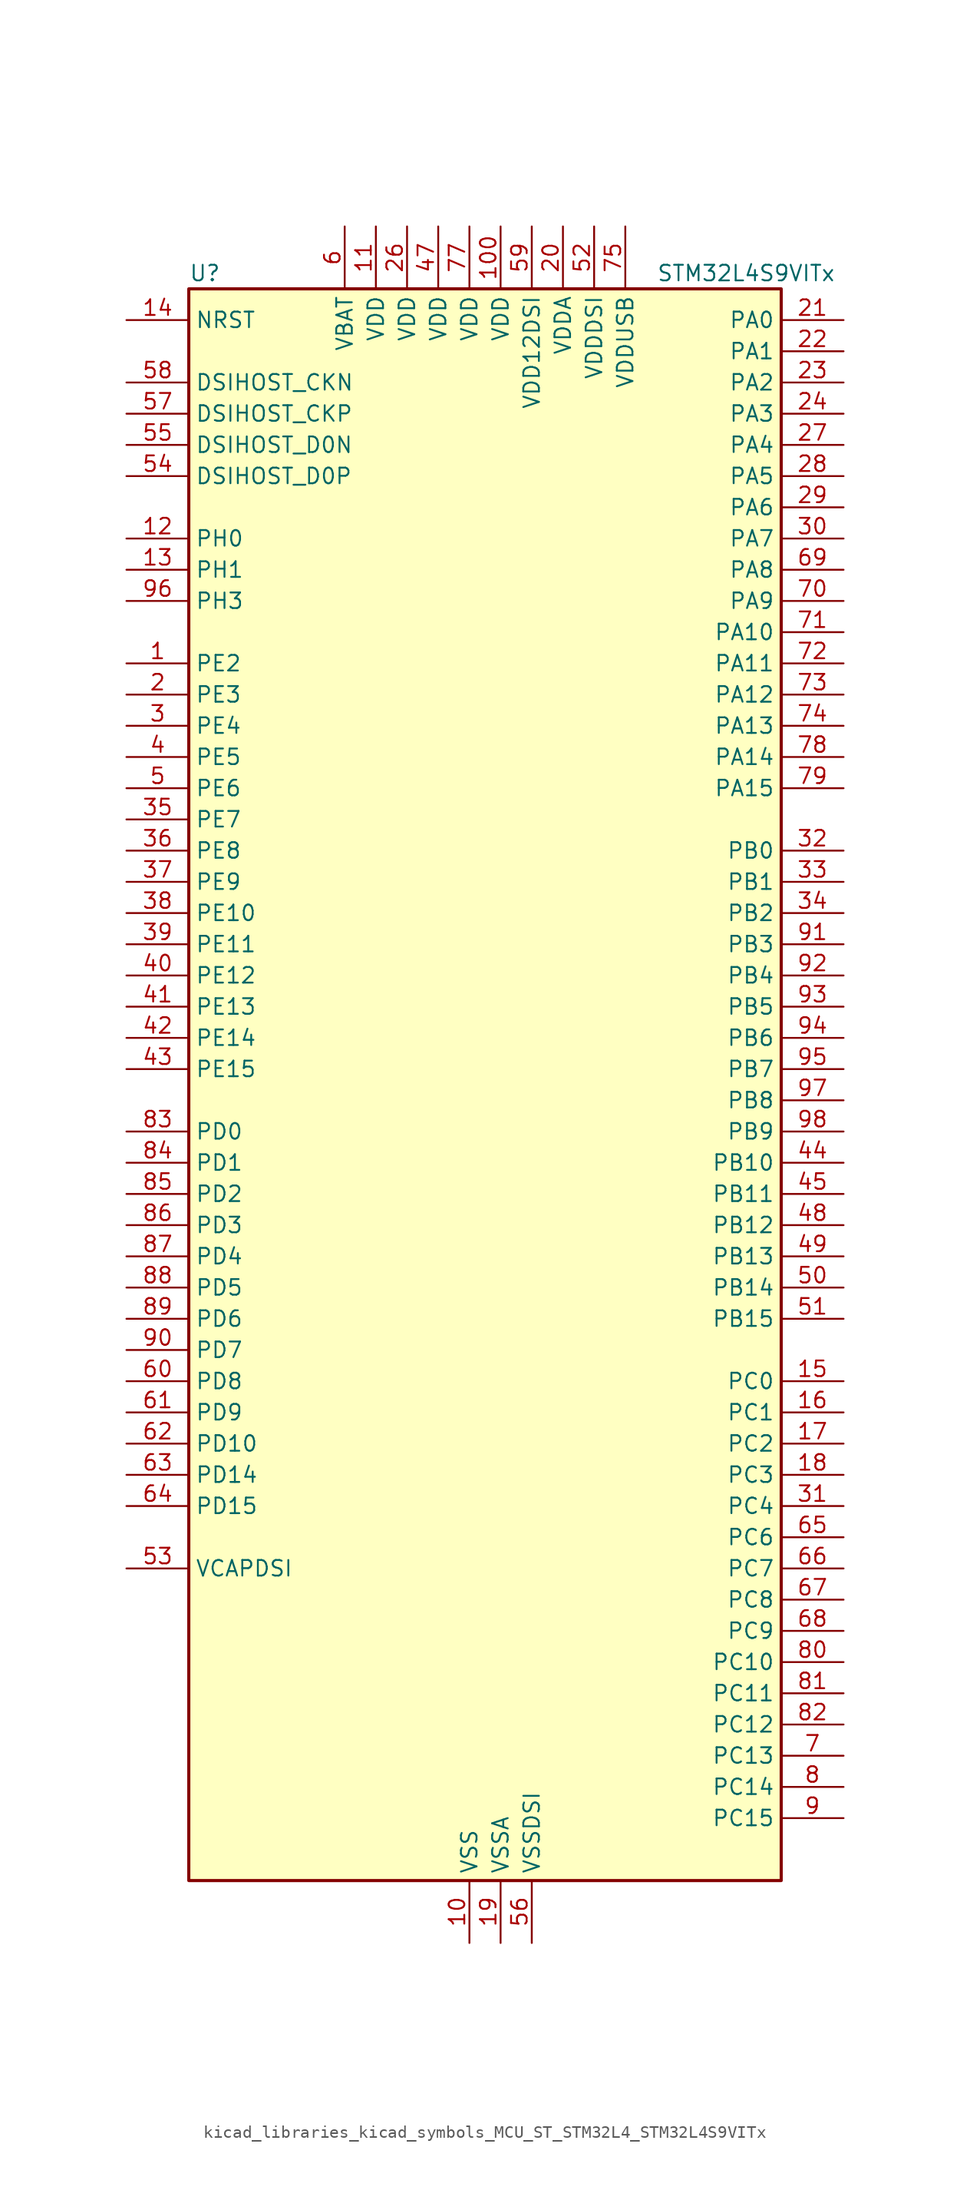
<source format=kicad_sym>
(kicad_symbol_lib
  (version 20220914)
  (generator kicad_symbol_editor)
  (symbol "kicad_libraries_kicad_symbols_MCU_ST_STM32L4_STM32L4S9VITx"
    (property "Reference" "U"
      (at -22.86 67.31 0)
      (effects (font (size 1.27 1.27)) (justify left)))
    (property "Value" "STM32L4S9VITx"
      (at 15.24 67.31 0)
      (effects (font (size 1.27 1.27)) (justify left)))
    (property "ki_locked" ""
      (at 0 0 0)
      (effects (font (size 1.27 1.27))))
    (symbol "kicad_libraries_kicad_symbols_MCU_ST_STM32L4_STM32L4S9VITx_0_1"
      (rectangle (start -22.86 -63.5) (end 25.4 66.04) (stroke (width 0.254) (type default)) (fill (type background))))
    (symbol "kicad_libraries_kicad_symbols_MCU_ST_STM32L4_STM32L4S9VITx_1_1"
      (pin bidirectional line (at -27.94 35.56 0) (length 5.08) (name "PE2" (effects (font (size 1.27 1.27)))) (number "1" (effects (font (size 1.27 1.27)))) (alternate "FMC_A23" bidirectional line) (alternate "LTDC_R0" bidirectional line) (alternate "SAI1_CK1" bidirectional line) (alternate "SAI1_MCLK_A" bidirectional line) (alternate "SYS_TRACECLK" bidirectional line) (alternate "TIM3_ETR" bidirectional line) (alternate "TSC_G7_IO1" bidirectional line))
      (pin power_in line (at 0 -68.58 90) (length 5.08) (name "VSS" (effects (font (size 1.27 1.27)))) (number "10" (effects (font (size 1.27 1.27)))))
      (pin power_in line (at 2.54 71.12 270) (length 5.08) (name "VDD" (effects (font (size 1.27 1.27)))) (number "100" (effects (font (size 1.27 1.27)))))
      (pin power_in line (at -7.62 71.12 270) (length 5.08) (name "VDD" (effects (font (size 1.27 1.27)))) (number "11" (effects (font (size 1.27 1.27)))))
      (pin bidirectional line (at -27.94 45.72 0) (length 5.08) (name "PH0" (effects (font (size 1.27 1.27)))) (number "12" (effects (font (size 1.27 1.27)))) (alternate "RCC_OSC_IN" bidirectional line))
      (pin bidirectional line (at -27.94 43.18 0) (length 5.08) (name "PH1" (effects (font (size 1.27 1.27)))) (number "13" (effects (font (size 1.27 1.27)))) (alternate "RCC_OSC_OUT" bidirectional line))
      (pin input line (at -27.94 63.5 0) (length 5.08) (name "NRST" (effects (font (size 1.27 1.27)))) (number "14" (effects (font (size 1.27 1.27)))))
      (pin bidirectional line (at 30.48 -22.86 180) (length 5.08) (name "PC0" (effects (font (size 1.27 1.27)))) (number "15" (effects (font (size 1.27 1.27)))) (alternate "ADC1_IN1" bidirectional line) (alternate "DFSDM1_DATIN4" bidirectional line) (alternate "I2C3_SCL" bidirectional line) (alternate "LPTIM1_IN1" bidirectional line) (alternate "LPTIM2_IN1" bidirectional line) (alternate "LPUART1_RX" bidirectional line) (alternate "SAI2_FS_A" bidirectional line))
      (pin bidirectional line (at 30.48 -25.4 180) (length 5.08) (name "PC1" (effects (font (size 1.27 1.27)))) (number "16" (effects (font (size 1.27 1.27)))) (alternate "ADC1_IN2" bidirectional line) (alternate "DFSDM1_CKIN4" bidirectional line) (alternate "I2C3_SDA" bidirectional line) (alternate "LPTIM1_OUT" bidirectional line) (alternate "LPUART1_TX" bidirectional line) (alternate "OCTOSPIM_P1_IO4" bidirectional line) (alternate "SAI1_SD_A" bidirectional line) (alternate "SPI2_MOSI" bidirectional line) (alternate "SYS_TRACED0" bidirectional line))
      (pin bidirectional line (at 30.48 -27.94 180) (length 5.08) (name "PC2" (effects (font (size 1.27 1.27)))) (number "17" (effects (font (size 1.27 1.27)))) (alternate "ADC1_IN3" bidirectional line) (alternate "DFSDM1_CKOUT" bidirectional line) (alternate "LPTIM1_IN2" bidirectional line) (alternate "OCTOSPIM_P1_IO5" bidirectional line) (alternate "SPI2_MISO" bidirectional line))
      (pin bidirectional line (at 30.48 -30.48 180) (length 5.08) (name "PC3" (effects (font (size 1.27 1.27)))) (number "18" (effects (font (size 1.27 1.27)))) (alternate "ADC1_IN4" bidirectional line) (alternate "LPTIM1_ETR" bidirectional line) (alternate "LPTIM2_ETR" bidirectional line) (alternate "OCTOSPIM_P1_IO6" bidirectional line) (alternate "SAI1_D1" bidirectional line) (alternate "SAI1_SD_A" bidirectional line) (alternate "SPI2_MOSI" bidirectional line))
      (pin power_in line (at 2.54 -68.58 90) (length 5.08) (name "VSSA" (effects (font (size 1.27 1.27)))) (number "19" (effects (font (size 1.27 1.27)))))
      (pin bidirectional line (at -27.94 33.02 0) (length 5.08) (name "PE3" (effects (font (size 1.27 1.27)))) (number "2" (effects (font (size 1.27 1.27)))) (alternate "FMC_A19" bidirectional line) (alternate "LTDC_R1" bidirectional line) (alternate "OCTOSPIM_P1_DQS" bidirectional line) (alternate "SAI1_SD_B" bidirectional line) (alternate "SYS_TRACED0" bidirectional line) (alternate "TIM3_CH1" bidirectional line) (alternate "TSC_G7_IO2" bidirectional line))
      (pin power_in line (at 7.62 71.12 270) (length 5.08) (name "VDDA" (effects (font (size 1.27 1.27)))) (number "20" (effects (font (size 1.27 1.27)))))
      (pin bidirectional line (at 30.48 63.5 180) (length 5.08) (name "PA0" (effects (font (size 1.27 1.27)))) (number "21" (effects (font (size 1.27 1.27)))) (alternate "ADC1_IN5" bidirectional line) (alternate "OPAMP1_VINP" bidirectional line) (alternate "RTC_TAMP2" bidirectional line) (alternate "SAI1_EXTCLK" bidirectional line) (alternate "SYS_WKUP1" bidirectional line) (alternate "TIM2_CH1" bidirectional line) (alternate "TIM2_ETR" bidirectional line) (alternate "TIM5_CH1" bidirectional line) (alternate "TIM8_ETR" bidirectional line) (alternate "UART4_TX" bidirectional line) (alternate "USART2_CTS" bidirectional line) (alternate "USART2_NSS" bidirectional line))
      (pin bidirectional line (at 30.48 60.96 180) (length 5.08) (name "PA1" (effects (font (size 1.27 1.27)))) (number "22" (effects (font (size 1.27 1.27)))) (alternate "ADC1_IN6" bidirectional line) (alternate "I2C1_SMBA" bidirectional line) (alternate "OCTOSPIM_P1_DQS" bidirectional line) (alternate "OPAMP1_VINM" bidirectional line) (alternate "SPI1_SCK" bidirectional line) (alternate "TIM15_CH1N" bidirectional line) (alternate "TIM2_CH2" bidirectional line) (alternate "TIM5_CH2" bidirectional line) (alternate "UART4_RX" bidirectional line) (alternate "USART2_DE" bidirectional line) (alternate "USART2_RTS" bidirectional line))
      (pin bidirectional line (at 30.48 58.42 180) (length 5.08) (name "PA2" (effects (font (size 1.27 1.27)))) (number "23" (effects (font (size 1.27 1.27)))) (alternate "ADC1_IN7" bidirectional line) (alternate "LPUART1_TX" bidirectional line) (alternate "OCTOSPIM_P1_NCS" bidirectional line) (alternate "RCC_LSCO" bidirectional line) (alternate "SAI2_EXTCLK" bidirectional line) (alternate "SYS_WKUP4" bidirectional line) (alternate "TIM15_CH1" bidirectional line) (alternate "TIM2_CH3" bidirectional line) (alternate "TIM5_CH3" bidirectional line) (alternate "USART2_TX" bidirectional line))
      (pin bidirectional line (at 30.48 55.88 180) (length 5.08) (name "PA3" (effects (font (size 1.27 1.27)))) (number "24" (effects (font (size 1.27 1.27)))) (alternate "ADC1_IN8" bidirectional line) (alternate "LPUART1_RX" bidirectional line) (alternate "OCTOSPIM_P1_CLK" bidirectional line) (alternate "OPAMP1_VOUT" bidirectional line) (alternate "SAI1_CK1" bidirectional line) (alternate "SAI1_MCLK_A" bidirectional line) (alternate "TIM15_CH2" bidirectional line) (alternate "TIM2_CH4" bidirectional line) (alternate "TIM5_CH4" bidirectional line) (alternate "USART2_RX" bidirectional line))
      (pin passive line (at 0 -68.58 90) (length 5.08) hide (name "VSS" (effects (font (size 1.27 1.27)))) (number "25" (effects (font (size 1.27 1.27)))))
      (pin power_in line (at -5.08 71.12 270) (length 5.08) (name "VDD" (effects (font (size 1.27 1.27)))) (number "26" (effects (font (size 1.27 1.27)))))
      (pin bidirectional line (at 30.48 53.34 180) (length 5.08) (name "PA4" (effects (font (size 1.27 1.27)))) (number "27" (effects (font (size 1.27 1.27)))) (alternate "ADC1_IN9" bidirectional line) (alternate "DAC1_OUT1" bidirectional line) (alternate "DCMI_HSYNC" bidirectional line) (alternate "LPTIM2_OUT" bidirectional line) (alternate "OCTOSPIM_P1_NCS" bidirectional line) (alternate "SAI1_FS_B" bidirectional line) (alternate "SPI1_NSS" bidirectional line) (alternate "SPI3_NSS" bidirectional line) (alternate "USART2_CK" bidirectional line))
      (pin bidirectional line (at 30.48 50.8 180) (length 5.08) (name "PA5" (effects (font (size 1.27 1.27)))) (number "28" (effects (font (size 1.27 1.27)))) (alternate "ADC1_IN10" bidirectional line) (alternate "DAC1_OUT2" bidirectional line) (alternate "LPTIM2_ETR" bidirectional line) (alternate "SPI1_SCK" bidirectional line) (alternate "TIM2_CH1" bidirectional line) (alternate "TIM2_ETR" bidirectional line) (alternate "TIM8_CH1N" bidirectional line))
      (pin bidirectional line (at 30.48 48.26 180) (length 5.08) (name "PA6" (effects (font (size 1.27 1.27)))) (number "29" (effects (font (size 1.27 1.27)))) (alternate "ADC1_IN11" bidirectional line) (alternate "DCMI_PIXCLK" bidirectional line) (alternate "LPUART1_CTS" bidirectional line) (alternate "OCTOSPIM_P1_IO3" bidirectional line) (alternate "OPAMP2_VINP" bidirectional line) (alternate "SPI1_MISO" bidirectional line) (alternate "TIM16_CH1" bidirectional line) (alternate "TIM1_BKIN" bidirectional line) (alternate "TIM3_CH1" bidirectional line) (alternate "TIM8_BKIN" bidirectional line) (alternate "USART3_CTS" bidirectional line) (alternate "USART3_NSS" bidirectional line))
      (pin bidirectional line (at -27.94 30.48 0) (length 5.08) (name "PE4" (effects (font (size 1.27 1.27)))) (number "3" (effects (font (size 1.27 1.27)))) (alternate "DCMI_D4" bidirectional line) (alternate "DFSDM1_DATIN3" bidirectional line) (alternate "FMC_A20" bidirectional line) (alternate "LTDC_B0" bidirectional line) (alternate "SAI1_D2" bidirectional line) (alternate "SAI1_FS_A" bidirectional line) (alternate "SYS_TRACED1" bidirectional line) (alternate "TIM3_CH2" bidirectional line) (alternate "TSC_G7_IO3" bidirectional line))
      (pin bidirectional line (at 30.48 45.72 180) (length 5.08) (name "PA7" (effects (font (size 1.27 1.27)))) (number "30" (effects (font (size 1.27 1.27)))) (alternate "ADC1_IN12" bidirectional line) (alternate "I2C3_SCL" bidirectional line) (alternate "OCTOSPIM_P1_IO2" bidirectional line) (alternate "OPAMP2_VINM" bidirectional line) (alternate "SPI1_MOSI" bidirectional line) (alternate "TIM17_CH1" bidirectional line) (alternate "TIM1_CH1N" bidirectional line) (alternate "TIM3_CH2" bidirectional line) (alternate "TIM8_CH1N" bidirectional line))
      (pin bidirectional line (at 30.48 -33.02 180) (length 5.08) (name "PC4" (effects (font (size 1.27 1.27)))) (number "31" (effects (font (size 1.27 1.27)))) (alternate "ADC1_IN13" bidirectional line) (alternate "COMP1_INM" bidirectional line) (alternate "OCTOSPIM_P1_IO7" bidirectional line) (alternate "USART3_TX" bidirectional line))
      (pin bidirectional line (at 30.48 20.32 180) (length 5.08) (name "PB0" (effects (font (size 1.27 1.27)))) (number "32" (effects (font (size 1.27 1.27)))) (alternate "ADC1_IN15" bidirectional line) (alternate "COMP1_OUT" bidirectional line) (alternate "OCTOSPIM_P1_IO1" bidirectional line) (alternate "OPAMP2_VOUT" bidirectional line) (alternate "SAI1_EXTCLK" bidirectional line) (alternate "SPI1_NSS" bidirectional line) (alternate "TIM1_CH2N" bidirectional line) (alternate "TIM3_CH3" bidirectional line) (alternate "TIM8_CH2N" bidirectional line) (alternate "USART3_CK" bidirectional line))
      (pin bidirectional line (at 30.48 17.78 180) (length 5.08) (name "PB1" (effects (font (size 1.27 1.27)))) (number "33" (effects (font (size 1.27 1.27)))) (alternate "ADC1_IN16" bidirectional line) (alternate "COMP1_INM" bidirectional line) (alternate "DFSDM1_DATIN0" bidirectional line) (alternate "LPTIM2_IN1" bidirectional line) (alternate "LPUART1_DE" bidirectional line) (alternate "LPUART1_RTS" bidirectional line) (alternate "OCTOSPIM_P1_IO0" bidirectional line) (alternate "TIM1_CH3N" bidirectional line) (alternate "TIM3_CH4" bidirectional line) (alternate "TIM8_CH3N" bidirectional line) (alternate "USART3_DE" bidirectional line) (alternate "USART3_RTS" bidirectional line))
      (pin bidirectional line (at 30.48 15.24 180) (length 5.08) (name "PB2" (effects (font (size 1.27 1.27)))) (number "34" (effects (font (size 1.27 1.27)))) (alternate "COMP1_INP" bidirectional line) (alternate "DFSDM1_CKIN0" bidirectional line) (alternate "I2C3_SMBA" bidirectional line) (alternate "LPTIM1_OUT" bidirectional line) (alternate "LTDC_B1" bidirectional line) (alternate "OCTOSPIM_P1_DQS" bidirectional line) (alternate "RTC_OUT_ALARM" bidirectional line) (alternate "RTC_OUT_CALIB" bidirectional line))
      (pin bidirectional line (at -27.94 22.86 0) (length 5.08) (name "PE7" (effects (font (size 1.27 1.27)))) (number "35" (effects (font (size 1.27 1.27)))) (alternate "DFSDM1_DATIN2" bidirectional line) (alternate "FMC_D4" bidirectional line) (alternate "FMC_DA4" bidirectional line) (alternate "LTDC_B6" bidirectional line) (alternate "SAI1_SD_B" bidirectional line) (alternate "TIM1_ETR" bidirectional line))
      (pin bidirectional line (at -27.94 20.32 0) (length 5.08) (name "PE8" (effects (font (size 1.27 1.27)))) (number "36" (effects (font (size 1.27 1.27)))) (alternate "DFSDM1_CKIN2" bidirectional line) (alternate "FMC_D5" bidirectional line) (alternate "FMC_DA5" bidirectional line) (alternate "LTDC_B7" bidirectional line) (alternate "SAI1_SCK_B" bidirectional line) (alternate "TIM1_CH1N" bidirectional line))
      (pin bidirectional line (at -27.94 17.78 0) (length 5.08) (name "PE9" (effects (font (size 1.27 1.27)))) (number "37" (effects (font (size 1.27 1.27)))) (alternate "DAC1_EXTI9" bidirectional line) (alternate "DFSDM1_CKOUT" bidirectional line) (alternate "FMC_D6" bidirectional line) (alternate "FMC_DA6" bidirectional line) (alternate "LTDC_G2" bidirectional line) (alternate "SAI1_FS_B" bidirectional line) (alternate "TIM1_CH1" bidirectional line))
      (pin bidirectional line (at -27.94 15.24 0) (length 5.08) (name "PE10" (effects (font (size 1.27 1.27)))) (number "38" (effects (font (size 1.27 1.27)))) (alternate "DFSDM1_DATIN4" bidirectional line) (alternate "FMC_D7" bidirectional line) (alternate "FMC_DA7" bidirectional line) (alternate "LTDC_G3" bidirectional line) (alternate "OCTOSPIM_P1_CLK" bidirectional line) (alternate "SAI1_MCLK_B" bidirectional line) (alternate "TIM1_CH2N" bidirectional line) (alternate "TSC_G5_IO1" bidirectional line))
      (pin bidirectional line (at -27.94 12.7 0) (length 5.08) (name "PE11" (effects (font (size 1.27 1.27)))) (number "39" (effects (font (size 1.27 1.27)))) (alternate "ADC1_EXTI11" bidirectional line) (alternate "DFSDM1_CKIN4" bidirectional line) (alternate "FMC_D8" bidirectional line) (alternate "FMC_DA8" bidirectional line) (alternate "LTDC_G4" bidirectional line) (alternate "OCTOSPIM_P1_NCS" bidirectional line) (alternate "TIM1_CH2" bidirectional line) (alternate "TSC_G5_IO2" bidirectional line))
      (pin bidirectional line (at -27.94 27.94 0) (length 5.08) (name "PE5" (effects (font (size 1.27 1.27)))) (number "4" (effects (font (size 1.27 1.27)))) (alternate "DCMI_D6" bidirectional line) (alternate "DFSDM1_CKIN3" bidirectional line) (alternate "FMC_A21" bidirectional line) (alternate "LTDC_G0" bidirectional line) (alternate "SAI1_CK2" bidirectional line) (alternate "SAI1_SCK_A" bidirectional line) (alternate "SYS_TRACED2" bidirectional line) (alternate "TIM3_CH3" bidirectional line) (alternate "TSC_G7_IO4" bidirectional line))
      (pin bidirectional line (at -27.94 10.16 0) (length 5.08) (name "PE12" (effects (font (size 1.27 1.27)))) (number "40" (effects (font (size 1.27 1.27)))) (alternate "DFSDM1_DATIN5" bidirectional line) (alternate "FMC_D9" bidirectional line) (alternate "FMC_DA9" bidirectional line) (alternate "LTDC_G5" bidirectional line) (alternate "OCTOSPIM_P1_IO0" bidirectional line) (alternate "SPI1_NSS" bidirectional line) (alternate "TIM1_CH3N" bidirectional line) (alternate "TSC_G5_IO3" bidirectional line))
      (pin bidirectional line (at -27.94 7.62 0) (length 5.08) (name "PE13" (effects (font (size 1.27 1.27)))) (number "41" (effects (font (size 1.27 1.27)))) (alternate "DFSDM1_CKIN5" bidirectional line) (alternate "FMC_D10" bidirectional line) (alternate "FMC_DA10" bidirectional line) (alternate "LTDC_G6" bidirectional line) (alternate "OCTOSPIM_P1_IO1" bidirectional line) (alternate "SPI1_SCK" bidirectional line) (alternate "TIM1_CH3" bidirectional line) (alternate "TSC_G5_IO4" bidirectional line))
      (pin bidirectional line (at -27.94 5.08 0) (length 5.08) (name "PE14" (effects (font (size 1.27 1.27)))) (number "42" (effects (font (size 1.27 1.27)))) (alternate "FMC_D11" bidirectional line) (alternate "FMC_DA11" bidirectional line) (alternate "LTDC_G7" bidirectional line) (alternate "OCTOSPIM_P1_IO2" bidirectional line) (alternate "SPI1_MISO" bidirectional line) (alternate "TIM1_BKIN2" bidirectional line) (alternate "TIM1_CH4" bidirectional line))
      (pin bidirectional line (at -27.94 2.54 0) (length 5.08) (name "PE15" (effects (font (size 1.27 1.27)))) (number "43" (effects (font (size 1.27 1.27)))) (alternate "ADC1_EXTI15" bidirectional line) (alternate "FMC_D12" bidirectional line) (alternate "FMC_DA12" bidirectional line) (alternate "LTDC_R2" bidirectional line) (alternate "OCTOSPIM_P1_IO3" bidirectional line) (alternate "SPI1_MOSI" bidirectional line) (alternate "TIM1_BKIN" bidirectional line))
      (pin bidirectional line (at 30.48 -5.08 180) (length 5.08) (name "PB10" (effects (font (size 1.27 1.27)))) (number "44" (effects (font (size 1.27 1.27)))) (alternate "COMP1_OUT" bidirectional line) (alternate "DFSDM1_DATIN7" bidirectional line) (alternate "I2C2_SCL" bidirectional line) (alternate "I2C4_SCL" bidirectional line) (alternate "LPUART1_RX" bidirectional line) (alternate "OCTOSPIM_P1_CLK" bidirectional line) (alternate "SAI1_SCK_A" bidirectional line) (alternate "SPI2_SCK" bidirectional line) (alternate "TIM2_CH3" bidirectional line) (alternate "TSC_SYNC" bidirectional line) (alternate "USART3_TX" bidirectional line))
      (pin bidirectional line (at 30.48 -7.62 180) (length 5.08) (name "PB11" (effects (font (size 1.27 1.27)))) (number "45" (effects (font (size 1.27 1.27)))) (alternate "ADC1_EXTI11" bidirectional line) (alternate "COMP2_OUT" bidirectional line) (alternate "DFSDM1_CKIN7" bidirectional line) (alternate "DSIHOST_TE" bidirectional line) (alternate "I2C2_SDA" bidirectional line) (alternate "I2C4_SDA" bidirectional line) (alternate "LPUART1_TX" bidirectional line) (alternate "OCTOSPIM_P1_NCS" bidirectional line) (alternate "TIM2_CH4" bidirectional line) (alternate "USART3_RX" bidirectional line))
      (pin passive line (at 0 -68.58 90) (length 5.08) hide (name "VSS" (effects (font (size 1.27 1.27)))) (number "46" (effects (font (size 1.27 1.27)))))
      (pin power_in line (at -2.54 71.12 270) (length 5.08) (name "VDD" (effects (font (size 1.27 1.27)))) (number "47" (effects (font (size 1.27 1.27)))))
      (pin bidirectional line (at 30.48 -10.16 180) (length 5.08) (name "PB12" (effects (font (size 1.27 1.27)))) (number "48" (effects (font (size 1.27 1.27)))) (alternate "DFSDM1_DATIN1" bidirectional line) (alternate "I2C2_SMBA" bidirectional line) (alternate "LPUART1_DE" bidirectional line) (alternate "LPUART1_RTS" bidirectional line) (alternate "SAI2_FS_A" bidirectional line) (alternate "SPI2_NSS" bidirectional line) (alternate "TIM15_BKIN" bidirectional line) (alternate "TIM1_BKIN" bidirectional line) (alternate "TSC_G1_IO1" bidirectional line) (alternate "USART3_CK" bidirectional line))
      (pin bidirectional line (at 30.48 -12.7 180) (length 5.08) (name "PB13" (effects (font (size 1.27 1.27)))) (number "49" (effects (font (size 1.27 1.27)))) (alternate "DFSDM1_CKIN1" bidirectional line) (alternate "I2C2_SCL" bidirectional line) (alternate "LPUART1_CTS" bidirectional line) (alternate "SAI2_SCK_A" bidirectional line) (alternate "SPI2_SCK" bidirectional line) (alternate "TIM15_CH1N" bidirectional line) (alternate "TIM1_CH1N" bidirectional line) (alternate "TSC_G1_IO2" bidirectional line) (alternate "USART3_CTS" bidirectional line) (alternate "USART3_NSS" bidirectional line))
      (pin bidirectional line (at -27.94 25.4 0) (length 5.08) (name "PE6" (effects (font (size 1.27 1.27)))) (number "5" (effects (font (size 1.27 1.27)))) (alternate "DCMI_D7" bidirectional line) (alternate "FMC_A22" bidirectional line) (alternate "LTDC_G1" bidirectional line) (alternate "RTC_TAMP3" bidirectional line) (alternate "SAI1_D1" bidirectional line) (alternate "SAI1_SD_A" bidirectional line) (alternate "SYS_TRACED3" bidirectional line) (alternate "SYS_WKUP3" bidirectional line) (alternate "TIM3_CH4" bidirectional line))
      (pin bidirectional line (at 30.48 -15.24 180) (length 5.08) (name "PB14" (effects (font (size 1.27 1.27)))) (number "50" (effects (font (size 1.27 1.27)))) (alternate "DFSDM1_DATIN2" bidirectional line) (alternate "I2C2_SDA" bidirectional line) (alternate "SAI2_MCLK_A" bidirectional line) (alternate "SPI2_MISO" bidirectional line) (alternate "TIM15_CH1" bidirectional line) (alternate "TIM1_CH2N" bidirectional line) (alternate "TIM8_CH2N" bidirectional line) (alternate "TSC_G1_IO3" bidirectional line) (alternate "USART3_DE" bidirectional line) (alternate "USART3_RTS" bidirectional line))
      (pin bidirectional line (at 30.48 -17.78 180) (length 5.08) (name "PB15" (effects (font (size 1.27 1.27)))) (number "51" (effects (font (size 1.27 1.27)))) (alternate "ADC1_EXTI15" bidirectional line) (alternate "DFSDM1_CKIN2" bidirectional line) (alternate "RTC_REFIN" bidirectional line) (alternate "SAI2_SD_A" bidirectional line) (alternate "SPI2_MOSI" bidirectional line) (alternate "TIM15_CH2" bidirectional line) (alternate "TIM1_CH3N" bidirectional line) (alternate "TIM8_CH3N" bidirectional line) (alternate "TSC_G1_IO4" bidirectional line))
      (pin power_in line (at 10.16 71.12 270) (length 5.08) (name "VDDDSI" (effects (font (size 1.27 1.27)))) (number "52" (effects (font (size 1.27 1.27)))))
      (pin power_out line (at -27.94 -38.1 0) (length 5.08) (name "VCAPDSI" (effects (font (size 1.27 1.27)))) (number "53" (effects (font (size 1.27 1.27)))))
      (pin bidirectional line (at -27.94 50.8 0) (length 5.08) (name "DSIHOST_D0P" (effects (font (size 1.27 1.27)))) (number "54" (effects (font (size 1.27 1.27)))) (alternate "DSIHOST_D0P" bidirectional line))
      (pin bidirectional line (at -27.94 53.34 0) (length 5.08) (name "DSIHOST_D0N" (effects (font (size 1.27 1.27)))) (number "55" (effects (font (size 1.27 1.27)))) (alternate "DSIHOST_D0N" bidirectional line))
      (pin power_in line (at 5.08 -68.58 90) (length 5.08) (name "VSSDSI" (effects (font (size 1.27 1.27)))) (number "56" (effects (font (size 1.27 1.27)))))
      (pin bidirectional line (at -27.94 55.88 0) (length 5.08) (name "DSIHOST_CKP" (effects (font (size 1.27 1.27)))) (number "57" (effects (font (size 1.27 1.27)))) (alternate "DSIHOST_CKP" bidirectional line))
      (pin bidirectional line (at -27.94 58.42 0) (length 5.08) (name "DSIHOST_CKN" (effects (font (size 1.27 1.27)))) (number "58" (effects (font (size 1.27 1.27)))) (alternate "DSIHOST_CKN" bidirectional line))
      (pin power_in line (at 5.08 71.12 270) (length 5.08) (name "VDD12DSI" (effects (font (size 1.27 1.27)))) (number "59" (effects (font (size 1.27 1.27)))))
      (pin power_in line (at -10.16 71.12 270) (length 5.08) (name "VBAT" (effects (font (size 1.27 1.27)))) (number "6" (effects (font (size 1.27 1.27)))))
      (pin bidirectional line (at -27.94 -22.86 0) (length 5.08) (name "PD8" (effects (font (size 1.27 1.27)))) (number "60" (effects (font (size 1.27 1.27)))) (alternate "DCMI_HSYNC" bidirectional line) (alternate "FMC_D13" bidirectional line) (alternate "FMC_DA13" bidirectional line) (alternate "LTDC_R3" bidirectional line) (alternate "USART3_TX" bidirectional line))
      (pin bidirectional line (at -27.94 -25.4 0) (length 5.08) (name "PD9" (effects (font (size 1.27 1.27)))) (number "61" (effects (font (size 1.27 1.27)))) (alternate "DAC1_EXTI9" bidirectional line) (alternate "DCMI_PIXCLK" bidirectional line) (alternate "FMC_D14" bidirectional line) (alternate "FMC_DA14" bidirectional line) (alternate "LTDC_R4" bidirectional line) (alternate "SAI2_MCLK_A" bidirectional line) (alternate "USART3_RX" bidirectional line))
      (pin bidirectional line (at -27.94 -27.94 0) (length 5.08) (name "PD10" (effects (font (size 1.27 1.27)))) (number "62" (effects (font (size 1.27 1.27)))) (alternate "FMC_D15" bidirectional line) (alternate "FMC_DA15" bidirectional line) (alternate "LTDC_R5" bidirectional line) (alternate "SAI2_SCK_A" bidirectional line) (alternate "TSC_G6_IO1" bidirectional line) (alternate "USART3_CK" bidirectional line))
      (pin bidirectional line (at -27.94 -30.48 0) (length 5.08) (name "PD14" (effects (font (size 1.27 1.27)))) (number "63" (effects (font (size 1.27 1.27)))) (alternate "FMC_D0" bidirectional line) (alternate "FMC_DA0" bidirectional line) (alternate "LTDC_B2" bidirectional line) (alternate "TIM4_CH3" bidirectional line))
      (pin bidirectional line (at -27.94 -33.02 0) (length 5.08) (name "PD15" (effects (font (size 1.27 1.27)))) (number "64" (effects (font (size 1.27 1.27)))) (alternate "ADC1_EXTI15" bidirectional line) (alternate "FMC_D1" bidirectional line) (alternate "FMC_DA1" bidirectional line) (alternate "LTDC_B3" bidirectional line) (alternate "TIM4_CH4" bidirectional line))
      (pin bidirectional line (at 30.48 -35.56 180) (length 5.08) (name "PC6" (effects (font (size 1.27 1.27)))) (number "65" (effects (font (size 1.27 1.27)))) (alternate "DCMI_D0" bidirectional line) (alternate "DFSDM1_CKIN3" bidirectional line) (alternate "LTDC_R0" bidirectional line) (alternate "SAI2_MCLK_A" bidirectional line) (alternate "SDMMC1_D0DIR" bidirectional line) (alternate "SDMMC1_D6" bidirectional line) (alternate "TIM3_CH1" bidirectional line) (alternate "TIM8_CH1" bidirectional line) (alternate "TSC_G4_IO1" bidirectional line))
      (pin bidirectional line (at 30.48 -38.1 180) (length 5.08) (name "PC7" (effects (font (size 1.27 1.27)))) (number "66" (effects (font (size 1.27 1.27)))) (alternate "DCMI_D1" bidirectional line) (alternate "DFSDM1_DATIN3" bidirectional line) (alternate "LTDC_R1" bidirectional line) (alternate "SAI2_MCLK_B" bidirectional line) (alternate "SDMMC1_D123DIR" bidirectional line) (alternate "SDMMC1_D7" bidirectional line) (alternate "TIM3_CH2" bidirectional line) (alternate "TIM8_CH2" bidirectional line) (alternate "TSC_G4_IO2" bidirectional line))
      (pin bidirectional line (at 30.48 -40.64 180) (length 5.08) (name "PC8" (effects (font (size 1.27 1.27)))) (number "67" (effects (font (size 1.27 1.27)))) (alternate "DCMI_D2" bidirectional line) (alternate "SDMMC1_D0" bidirectional line) (alternate "TIM3_CH3" bidirectional line) (alternate "TIM8_CH3" bidirectional line) (alternate "TSC_G4_IO3" bidirectional line))
      (pin bidirectional line (at 30.48 -43.18 180) (length 5.08) (name "PC9" (effects (font (size 1.27 1.27)))) (number "68" (effects (font (size 1.27 1.27)))) (alternate "DAC1_EXTI9" bidirectional line) (alternate "DCMI_D3" bidirectional line) (alternate "I2C3_SDA" bidirectional line) (alternate "SAI2_EXTCLK" bidirectional line) (alternate "SDMMC1_D1" bidirectional line) (alternate "SYS_TRACED0" bidirectional line) (alternate "TIM3_CH4" bidirectional line) (alternate "TIM8_BKIN2" bidirectional line) (alternate "TIM8_CH4" bidirectional line) (alternate "TSC_G4_IO4" bidirectional line) (alternate "USB_OTG_FS_NOE" bidirectional line))
      (pin bidirectional line (at 30.48 43.18 180) (length 5.08) (name "PA8" (effects (font (size 1.27 1.27)))) (number "69" (effects (font (size 1.27 1.27)))) (alternate "LPTIM2_OUT" bidirectional line) (alternate "RCC_MCO" bidirectional line) (alternate "SAI1_CK2" bidirectional line) (alternate "SAI1_SCK_A" bidirectional line) (alternate "TIM1_CH1" bidirectional line) (alternate "USART1_CK" bidirectional line) (alternate "USB_OTG_FS_SOF" bidirectional line))
      (pin bidirectional line (at 30.48 -53.34 180) (length 5.08) (name "PC13" (effects (font (size 1.27 1.27)))) (number "7" (effects (font (size 1.27 1.27)))) (alternate "RTC_OUT_ALARM" bidirectional line) (alternate "RTC_OUT_CALIB" bidirectional line) (alternate "RTC_TAMP1" bidirectional line) (alternate "RTC_TS" bidirectional line) (alternate "SYS_WKUP2" bidirectional line))
      (pin bidirectional line (at 30.48 40.64 180) (length 5.08) (name "PA9" (effects (font (size 1.27 1.27)))) (number "70" (effects (font (size 1.27 1.27)))) (alternate "DAC1_EXTI9" bidirectional line) (alternate "DCMI_D0" bidirectional line) (alternate "SAI1_FS_A" bidirectional line) (alternate "SPI2_SCK" bidirectional line) (alternate "TIM15_BKIN" bidirectional line) (alternate "TIM1_CH2" bidirectional line) (alternate "USART1_TX" bidirectional line) (alternate "USB_OTG_FS_VBUS" bidirectional line))
      (pin bidirectional line (at 30.48 38.1 180) (length 5.08) (name "PA10" (effects (font (size 1.27 1.27)))) (number "71" (effects (font (size 1.27 1.27)))) (alternate "DCMI_D1" bidirectional line) (alternate "SAI1_D1" bidirectional line) (alternate "SAI1_SD_A" bidirectional line) (alternate "TIM17_BKIN" bidirectional line) (alternate "TIM1_CH3" bidirectional line) (alternate "USART1_RX" bidirectional line) (alternate "USB_OTG_FS_ID" bidirectional line))
      (pin bidirectional line (at 30.48 35.56 180) (length 5.08) (name "PA11" (effects (font (size 1.27 1.27)))) (number "72" (effects (font (size 1.27 1.27)))) (alternate "ADC1_EXTI11" bidirectional line) (alternate "CAN1_RX" bidirectional line) (alternate "SPI1_MISO" bidirectional line) (alternate "TIM1_BKIN2" bidirectional line) (alternate "TIM1_CH4" bidirectional line) (alternate "USART1_CTS" bidirectional line) (alternate "USART1_NSS" bidirectional line) (alternate "USB_OTG_FS_DM" bidirectional line))
      (pin bidirectional line (at 30.48 33.02 180) (length 5.08) (name "PA12" (effects (font (size 1.27 1.27)))) (number "73" (effects (font (size 1.27 1.27)))) (alternate "CAN1_TX" bidirectional line) (alternate "SPI1_MOSI" bidirectional line) (alternate "TIM1_ETR" bidirectional line) (alternate "USART1_DE" bidirectional line) (alternate "USART1_RTS" bidirectional line) (alternate "USB_OTG_FS_DP" bidirectional line))
      (pin bidirectional line (at 30.48 30.48 180) (length 5.08) (name "PA13" (effects (font (size 1.27 1.27)))) (number "74" (effects (font (size 1.27 1.27)))) (alternate "IR_OUT" bidirectional line) (alternate "SAI1_SD_B" bidirectional line) (alternate "SYS_JTMS-SWDIO" bidirectional line) (alternate "USB_OTG_FS_NOE" bidirectional line))
      (pin power_in line (at 12.7 71.12 270) (length 5.08) (name "VDDUSB" (effects (font (size 1.27 1.27)))) (number "75" (effects (font (size 1.27 1.27)))))
      (pin passive line (at 0 -68.58 90) (length 5.08) hide (name "VSS" (effects (font (size 1.27 1.27)))) (number "76" (effects (font (size 1.27 1.27)))))
      (pin power_in line (at 0 71.12 270) (length 5.08) (name "VDD" (effects (font (size 1.27 1.27)))) (number "77" (effects (font (size 1.27 1.27)))))
      (pin bidirectional line (at 30.48 27.94 180) (length 5.08) (name "PA14" (effects (font (size 1.27 1.27)))) (number "78" (effects (font (size 1.27 1.27)))) (alternate "I2C1_SMBA" bidirectional line) (alternate "I2C4_SMBA" bidirectional line) (alternate "LPTIM1_OUT" bidirectional line) (alternate "SAI1_FS_B" bidirectional line) (alternate "SYS_JTCK-SWCLK" bidirectional line) (alternate "USB_OTG_FS_SOF" bidirectional line))
      (pin bidirectional line (at 30.48 25.4 180) (length 5.08) (name "PA15" (effects (font (size 1.27 1.27)))) (number "79" (effects (font (size 1.27 1.27)))) (alternate "ADC1_EXTI15" bidirectional line) (alternate "SAI2_FS_B" bidirectional line) (alternate "SPI1_NSS" bidirectional line) (alternate "SPI3_NSS" bidirectional line) (alternate "SYS_JTDI" bidirectional line) (alternate "TIM2_CH1" bidirectional line) (alternate "TIM2_ETR" bidirectional line) (alternate "TSC_G3_IO1" bidirectional line) (alternate "UART4_DE" bidirectional line) (alternate "UART4_RTS" bidirectional line) (alternate "USART2_RX" bidirectional line) (alternate "USART3_DE" bidirectional line) (alternate "USART3_RTS" bidirectional line))
      (pin bidirectional line (at 30.48 -55.88 180) (length 5.08) (name "PC14" (effects (font (size 1.27 1.27)))) (number "8" (effects (font (size 1.27 1.27)))) (alternate "RCC_OSC32_IN" bidirectional line))
      (pin bidirectional line (at 30.48 -45.72 180) (length 5.08) (name "PC10" (effects (font (size 1.27 1.27)))) (number "80" (effects (font (size 1.27 1.27)))) (alternate "DCMI_D8" bidirectional line) (alternate "SAI2_SCK_B" bidirectional line) (alternate "SDMMC1_D2" bidirectional line) (alternate "SPI3_SCK" bidirectional line) (alternate "SYS_TRACED1" bidirectional line) (alternate "TSC_G3_IO2" bidirectional line) (alternate "UART4_TX" bidirectional line) (alternate "USART3_TX" bidirectional line))
      (pin bidirectional line (at 30.48 -48.26 180) (length 5.08) (name "PC11" (effects (font (size 1.27 1.27)))) (number "81" (effects (font (size 1.27 1.27)))) (alternate "ADC1_EXTI11" bidirectional line) (alternate "DCMI_D2" bidirectional line) (alternate "DCMI_D4" bidirectional line) (alternate "OCTOSPIM_P1_NCS" bidirectional line) (alternate "SAI2_MCLK_B" bidirectional line) (alternate "SDMMC1_D3" bidirectional line) (alternate "SPI3_MISO" bidirectional line) (alternate "TSC_G3_IO3" bidirectional line) (alternate "UART4_RX" bidirectional line) (alternate "USART3_RX" bidirectional line))
      (pin bidirectional line (at 30.48 -50.8 180) (length 5.08) (name "PC12" (effects (font (size 1.27 1.27)))) (number "82" (effects (font (size 1.27 1.27)))) (alternate "DCMI_D9" bidirectional line) (alternate "SAI2_SD_B" bidirectional line) (alternate "SDMMC1_CK" bidirectional line) (alternate "SPI3_MOSI" bidirectional line) (alternate "SYS_TRACED3" bidirectional line) (alternate "TSC_G3_IO4" bidirectional line) (alternate "UART5_TX" bidirectional line) (alternate "USART3_CK" bidirectional line))
      (pin bidirectional line (at -27.94 -2.54 0) (length 5.08) (name "PD0" (effects (font (size 1.27 1.27)))) (number "83" (effects (font (size 1.27 1.27)))) (alternate "CAN1_RX" bidirectional line) (alternate "DFSDM1_DATIN7" bidirectional line) (alternate "FMC_D2" bidirectional line) (alternate "FMC_DA2" bidirectional line) (alternate "LTDC_B4" bidirectional line) (alternate "SPI2_NSS" bidirectional line))
      (pin bidirectional line (at -27.94 -5.08 0) (length 5.08) (name "PD1" (effects (font (size 1.27 1.27)))) (number "84" (effects (font (size 1.27 1.27)))) (alternate "CAN1_TX" bidirectional line) (alternate "DFSDM1_CKIN7" bidirectional line) (alternate "FMC_D3" bidirectional line) (alternate "FMC_DA3" bidirectional line) (alternate "LTDC_B5" bidirectional line) (alternate "SPI2_SCK" bidirectional line))
      (pin bidirectional line (at -27.94 -7.62 0) (length 5.08) (name "PD2" (effects (font (size 1.27 1.27)))) (number "85" (effects (font (size 1.27 1.27)))) (alternate "DCMI_D11" bidirectional line) (alternate "SDMMC1_CMD" bidirectional line) (alternate "SYS_TRACED2" bidirectional line) (alternate "TIM3_ETR" bidirectional line) (alternate "TSC_SYNC" bidirectional line) (alternate "UART5_RX" bidirectional line) (alternate "USART3_DE" bidirectional line) (alternate "USART3_RTS" bidirectional line))
      (pin bidirectional line (at -27.94 -10.16 0) (length 5.08) (name "PD3" (effects (font (size 1.27 1.27)))) (number "86" (effects (font (size 1.27 1.27)))) (alternate "DCMI_D5" bidirectional line) (alternate "DFSDM1_DATIN0" bidirectional line) (alternate "FMC_CLK" bidirectional line) (alternate "LTDC_CLK" bidirectional line) (alternate "OCTOSPIM_P2_NCS" bidirectional line) (alternate "SPI2_MISO" bidirectional line) (alternate "SPI2_SCK" bidirectional line) (alternate "USART2_CTS" bidirectional line) (alternate "USART2_NSS" bidirectional line))
      (pin bidirectional line (at -27.94 -12.7 0) (length 5.08) (name "PD4" (effects (font (size 1.27 1.27)))) (number "87" (effects (font (size 1.27 1.27)))) (alternate "DFSDM1_CKIN0" bidirectional line) (alternate "FMC_NOE" bidirectional line) (alternate "OCTOSPIM_P1_IO4" bidirectional line) (alternate "SPI2_MOSI" bidirectional line) (alternate "USART2_DE" bidirectional line) (alternate "USART2_RTS" bidirectional line))
      (pin bidirectional line (at -27.94 -15.24 0) (length 5.08) (name "PD5" (effects (font (size 1.27 1.27)))) (number "88" (effects (font (size 1.27 1.27)))) (alternate "FMC_NWE" bidirectional line) (alternate "OCTOSPIM_P1_IO5" bidirectional line) (alternate "USART2_TX" bidirectional line))
      (pin bidirectional line (at -27.94 -17.78 0) (length 5.08) (name "PD6" (effects (font (size 1.27 1.27)))) (number "89" (effects (font (size 1.27 1.27)))) (alternate "DCMI_D10" bidirectional line) (alternate "DFSDM1_DATIN1" bidirectional line) (alternate "FMC_NWAIT" bidirectional line) (alternate "LTDC_DE" bidirectional line) (alternate "OCTOSPIM_P1_IO6" bidirectional line) (alternate "SAI1_D1" bidirectional line) (alternate "SAI1_SD_A" bidirectional line) (alternate "SPI3_MOSI" bidirectional line) (alternate "USART2_RX" bidirectional line))
      (pin bidirectional line (at 30.48 -58.42 180) (length 5.08) (name "PC15" (effects (font (size 1.27 1.27)))) (number "9" (effects (font (size 1.27 1.27)))) (alternate "ADC1_EXTI15" bidirectional line) (alternate "RCC_OSC32_OUT" bidirectional line))
      (pin bidirectional line (at -27.94 -20.32 0) (length 5.08) (name "PD7" (effects (font (size 1.27 1.27)))) (number "90" (effects (font (size 1.27 1.27)))) (alternate "DFSDM1_CKIN1" bidirectional line) (alternate "FMC_NE1" bidirectional line) (alternate "OCTOSPIM_P1_IO7" bidirectional line) (alternate "USART2_CK" bidirectional line))
      (pin bidirectional line (at 30.48 12.7 180) (length 5.08) (name "PB3" (effects (font (size 1.27 1.27)))) (number "91" (effects (font (size 1.27 1.27)))) (alternate "COMP2_INM" bidirectional line) (alternate "CRS_SYNC" bidirectional line) (alternate "SAI1_SCK_B" bidirectional line) (alternate "SPI1_SCK" bidirectional line) (alternate "SPI3_SCK" bidirectional line) (alternate "SYS_JTDO-SWO" bidirectional line) (alternate "TIM2_CH2" bidirectional line) (alternate "USART1_DE" bidirectional line) (alternate "USART1_RTS" bidirectional line))
      (pin bidirectional line (at 30.48 10.16 180) (length 5.08) (name "PB4" (effects (font (size 1.27 1.27)))) (number "92" (effects (font (size 1.27 1.27)))) (alternate "COMP2_INP" bidirectional line) (alternate "DCMI_D12" bidirectional line) (alternate "I2C3_SDA" bidirectional line) (alternate "SAI1_MCLK_B" bidirectional line) (alternate "SPI1_MISO" bidirectional line) (alternate "SPI3_MISO" bidirectional line) (alternate "SYS_JTRST" bidirectional line) (alternate "TIM17_BKIN" bidirectional line) (alternate "TIM3_CH1" bidirectional line) (alternate "TSC_G2_IO1" bidirectional line) (alternate "UART5_DE" bidirectional line) (alternate "UART5_RTS" bidirectional line) (alternate "USART1_CTS" bidirectional line) (alternate "USART1_NSS" bidirectional line))
      (pin bidirectional line (at 30.48 7.62 180) (length 5.08) (name "PB5" (effects (font (size 1.27 1.27)))) (number "93" (effects (font (size 1.27 1.27)))) (alternate "COMP2_OUT" bidirectional line) (alternate "DCMI_D10" bidirectional line) (alternate "I2C1_SMBA" bidirectional line) (alternate "LPTIM1_IN1" bidirectional line) (alternate "SAI1_SD_B" bidirectional line) (alternate "SPI1_MOSI" bidirectional line) (alternate "SPI3_MOSI" bidirectional line) (alternate "TIM16_BKIN" bidirectional line) (alternate "TIM3_CH2" bidirectional line) (alternate "TSC_G2_IO2" bidirectional line) (alternate "UART5_CTS" bidirectional line) (alternate "USART1_CK" bidirectional line))
      (pin bidirectional line (at 30.48 5.08 180) (length 5.08) (name "PB6" (effects (font (size 1.27 1.27)))) (number "94" (effects (font (size 1.27 1.27)))) (alternate "COMP2_INP" bidirectional line) (alternate "DCMI_D5" bidirectional line) (alternate "DFSDM1_DATIN5" bidirectional line) (alternate "I2C1_SCL" bidirectional line) (alternate "I2C4_SCL" bidirectional line) (alternate "LPTIM1_ETR" bidirectional line) (alternate "SAI1_FS_B" bidirectional line) (alternate "TIM16_CH1N" bidirectional line) (alternate "TIM4_CH1" bidirectional line) (alternate "TIM8_BKIN2" bidirectional line) (alternate "TSC_G2_IO3" bidirectional line) (alternate "USART1_TX" bidirectional line))
      (pin bidirectional line (at 30.48 2.54 180) (length 5.08) (name "PB7" (effects (font (size 1.27 1.27)))) (number "95" (effects (font (size 1.27 1.27)))) (alternate "COMP2_INM" bidirectional line) (alternate "DCMI_VSYNC" bidirectional line) (alternate "DFSDM1_CKIN5" bidirectional line) (alternate "DSIHOST_TE" bidirectional line) (alternate "FMC_NL" bidirectional line) (alternate "I2C1_SDA" bidirectional line) (alternate "I2C4_SDA" bidirectional line) (alternate "LPTIM1_IN2" bidirectional line) (alternate "SYS_PVD_IN" bidirectional line) (alternate "TIM17_CH1N" bidirectional line) (alternate "TIM4_CH2" bidirectional line) (alternate "TIM8_BKIN" bidirectional line) (alternate "TSC_G2_IO4" bidirectional line) (alternate "UART4_CTS" bidirectional line) (alternate "USART1_RX" bidirectional line))
      (pin bidirectional line (at -27.94 40.64 0) (length 5.08) (name "PH3" (effects (font (size 1.27 1.27)))) (number "96" (effects (font (size 1.27 1.27)))))
      (pin bidirectional line (at 30.48 0 180) (length 5.08) (name "PB8" (effects (font (size 1.27 1.27)))) (number "97" (effects (font (size 1.27 1.27)))) (alternate "CAN1_RX" bidirectional line) (alternate "DCMI_D6" bidirectional line) (alternate "DFSDM1_CKOUT" bidirectional line) (alternate "DFSDM1_DATIN6" bidirectional line) (alternate "I2C1_SCL" bidirectional line) (alternate "LTDC_B1" bidirectional line) (alternate "SAI1_CK1" bidirectional line) (alternate "SAI1_MCLK_A" bidirectional line) (alternate "SDMMC1_CKIN" bidirectional line) (alternate "SDMMC1_D4" bidirectional line) (alternate "TIM16_CH1" bidirectional line) (alternate "TIM4_CH3" bidirectional line))
      (pin bidirectional line (at 30.48 -2.54 180) (length 5.08) (name "PB9" (effects (font (size 1.27 1.27)))) (number "98" (effects (font (size 1.27 1.27)))) (alternate "CAN1_TX" bidirectional line) (alternate "DAC1_EXTI9" bidirectional line) (alternate "DCMI_D7" bidirectional line) (alternate "DFSDM1_CKIN6" bidirectional line) (alternate "I2C1_SDA" bidirectional line) (alternate "IR_OUT" bidirectional line) (alternate "SAI1_D2" bidirectional line) (alternate "SAI1_FS_A" bidirectional line) (alternate "SDMMC1_CDIR" bidirectional line) (alternate "SDMMC1_D5" bidirectional line) (alternate "SPI2_NSS" bidirectional line) (alternate "TIM17_CH1" bidirectional line) (alternate "TIM4_CH4" bidirectional line))
      (pin passive line (at 0 -68.58 90) (length 5.08) hide (name "VSS" (effects (font (size 1.27 1.27)))) (number "99" (effects (font (size 1.27 1.27))))))))
</source>
